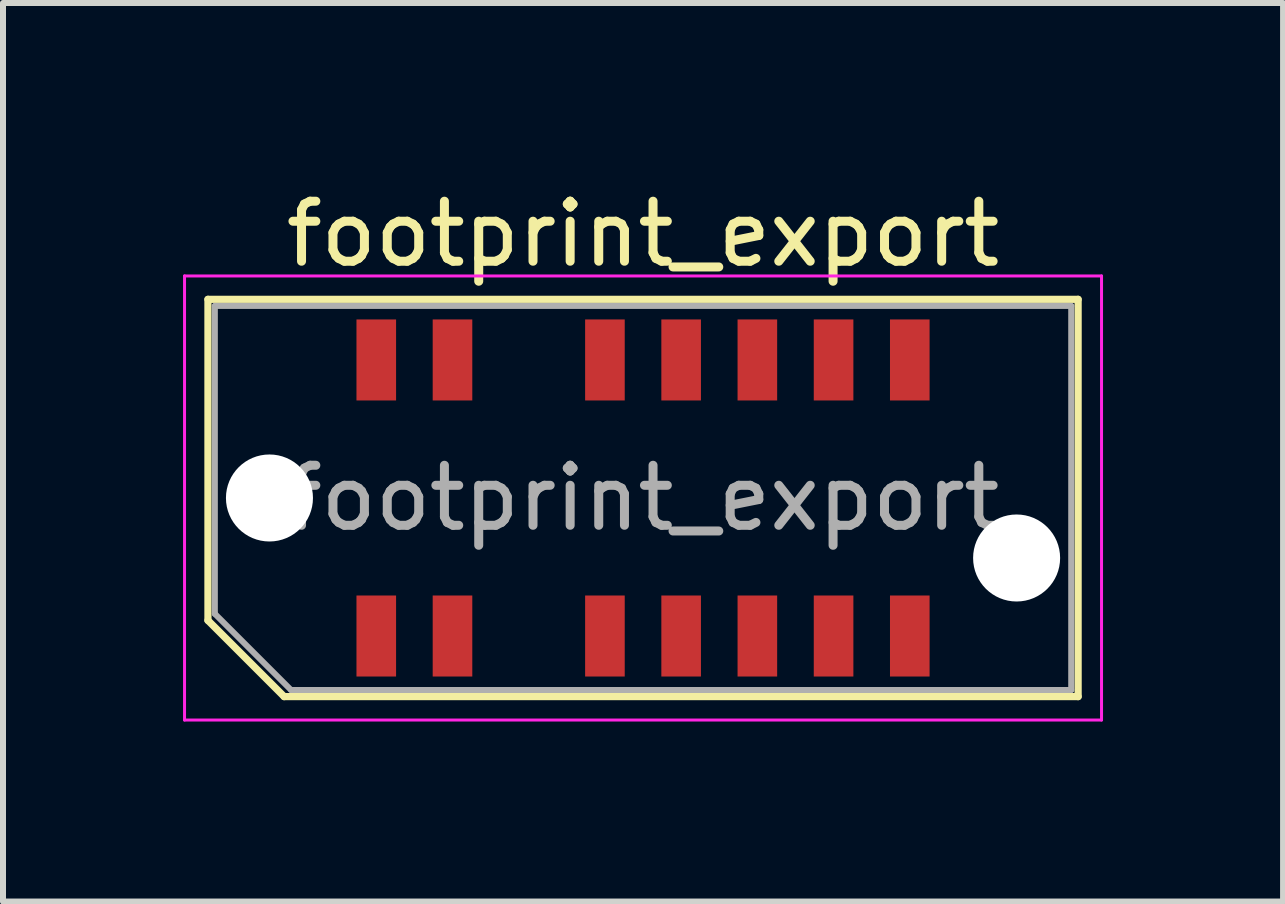
<source format=kicad_pcb>
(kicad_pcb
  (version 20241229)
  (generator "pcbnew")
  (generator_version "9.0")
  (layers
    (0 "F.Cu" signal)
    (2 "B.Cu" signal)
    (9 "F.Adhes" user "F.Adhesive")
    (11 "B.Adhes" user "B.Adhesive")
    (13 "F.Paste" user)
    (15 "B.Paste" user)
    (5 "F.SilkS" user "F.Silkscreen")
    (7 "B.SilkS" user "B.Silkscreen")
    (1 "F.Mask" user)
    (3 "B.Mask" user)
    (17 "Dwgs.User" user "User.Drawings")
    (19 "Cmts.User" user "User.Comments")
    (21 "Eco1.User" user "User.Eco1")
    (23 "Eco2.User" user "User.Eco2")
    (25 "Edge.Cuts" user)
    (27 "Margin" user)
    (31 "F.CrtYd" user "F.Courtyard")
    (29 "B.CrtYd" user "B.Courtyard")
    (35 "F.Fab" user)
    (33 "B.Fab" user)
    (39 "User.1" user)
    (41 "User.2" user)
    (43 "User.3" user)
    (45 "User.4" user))
  (footprint "footprint_export"
    (layer "F.Cu")
    (at 7.665 5.248)
    (property "Reference" "footprint_export" (at 0 -4.4 0) (layer "F.SilkS") (effects (font (size 1 1) (thickness 0.15))))
    (attr smd)
    (fp_line (start -7.25 -3.31) (end 7.25 -3.31) (stroke (width 0.12) (type solid)) (layer "F.SilkS"))
    (fp_line (start -7.25 2.04) (end -7.25 -3.31) (stroke (width 0.12) (type solid)) (layer "F.SilkS"))
    (fp_line (start -5.98 3.31) (end -7.25 2.04) (stroke (width 0.12) (type solid)) (layer "F.SilkS"))
    (fp_line (start -5.98 3.31) (end 7.25 3.31) (stroke (width 0.12) (type solid)) (layer "F.SilkS"))
    (fp_line (start 7.25 3.31) (end 7.25 -3.31) (stroke (width 0.12) (type solid)) (layer "F.SilkS"))
    (fp_line (start -7.64 -3.7) (end -7.64 3.7) (stroke (width 0.05) (type solid)) (layer "F.CrtYd"))
    (fp_line (start -7.64 3.7) (end 7.64 3.7) (stroke (width 0.05) (type solid)) (layer "F.CrtYd"))
    (fp_line (start 7.64 -3.7) (end -7.64 -3.7) (stroke (width 0.05) (type solid)) (layer "F.CrtYd"))
    (fp_line (start 7.64 3.7) (end 7.64 -3.7) (stroke (width 0.05) (type solid)) (layer "F.CrtYd"))
    (fp_line (start -7.135 -3.2) (end 7.135 -3.2) (stroke (width 0.1) (type solid)) (layer "F.Fab"))
    (fp_line (start -7.135 1.93) (end -7.135 -3.2) (stroke (width 0.1) (type solid)) (layer "F.Fab"))
    (fp_line (start -7.135 1.93) (end -5.865 3.2) (stroke (width 0.1) (type solid)) (layer "F.Fab"))
    (fp_line (start -5.865 3.2) (end 7.135 3.2) (stroke (width 0.1) (type solid)) (layer "F.Fab"))
    (fp_line (start 7.135 3.2) (end 7.135 -3.2) (stroke (width 0.1) (type solid)) (layer "F.Fab"))
    (fp_text user "${REFERENCE}" (at 0 0 0) (layer "F.Fab") (effects (font (size 1 1) (thickness 0.15))))
    (pad "" np_thru_hole circle (at -6.225 0) (size 1.45 1.45) (drill 1.45) (layers "*.Cu" "*.Mask"))
    (pad "" np_thru_hole circle (at 6.225 1) (size 1.45 1.45) (drill 1.45) (layers "*.Cu" "*.Mask"))
    (pad "1" smd rect (at -4.445 2.3) (size 0.66 1.35) (layers "F.Cu" "F.Mask" "F.Paste"))
    (pad "2" smd rect (at -4.445 -2.3) (size 0.66 1.35) (layers "F.Cu" "F.Mask" "F.Paste"))
    (pad "3" smd rect (at -3.175 2.3) (size 0.66 1.35) (layers "F.Cu" "F.Mask" "F.Paste"))
    (pad "4" smd rect (at -3.175 -2.3) (size 0.66 1.35) (layers "F.Cu" "F.Mask" "F.Paste"))
    (pad "7" smd rect (at -0.635 2.3) (size 0.66 1.35) (layers "F.Cu" "F.Mask" "F.Paste"))
    (pad "8" smd rect (at -0.635 -2.3) (size 0.66 1.35) (layers "F.Cu" "F.Mask" "F.Paste"))
    (pad "9" smd rect (at 0.635 2.3) (size 0.66 1.35) (layers "F.Cu" "F.Mask" "F.Paste"))
    (pad "10" smd rect (at 0.635 -2.3) (size 0.66 1.35) (layers "F.Cu" "F.Mask" "F.Paste"))
    (pad "11" smd rect (at 1.905 2.3) (size 0.66 1.35) (layers "F.Cu" "F.Mask" "F.Paste"))
    (pad "12" smd rect (at 1.905 -2.3) (size 0.66 1.35) (layers "F.Cu" "F.Mask" "F.Paste"))
    (pad "13" smd rect (at 3.175 2.3) (size 0.66 1.35) (layers "F.Cu" "F.Mask" "F.Paste"))
    (pad "14" smd rect (at 3.175 -2.3) (size 0.66 1.35) (layers "F.Cu" "F.Mask" "F.Paste"))
    (pad "15" smd rect (at 4.445 2.3) (size 0.66 1.35) (layers "F.Cu" "F.Mask" "F.Paste"))
    (pad "16" smd rect (at 4.445 -2.3) (size 0.66 1.35) (layers "F.Cu" "F.Mask" "F.Paste")))
  (gr_rect
    (start -3 -3)
    (end 18.33 11.973)
    (stroke (width 0.1) (type default))
    (fill no)
    (layer "Edge.Cuts")))
</source>
